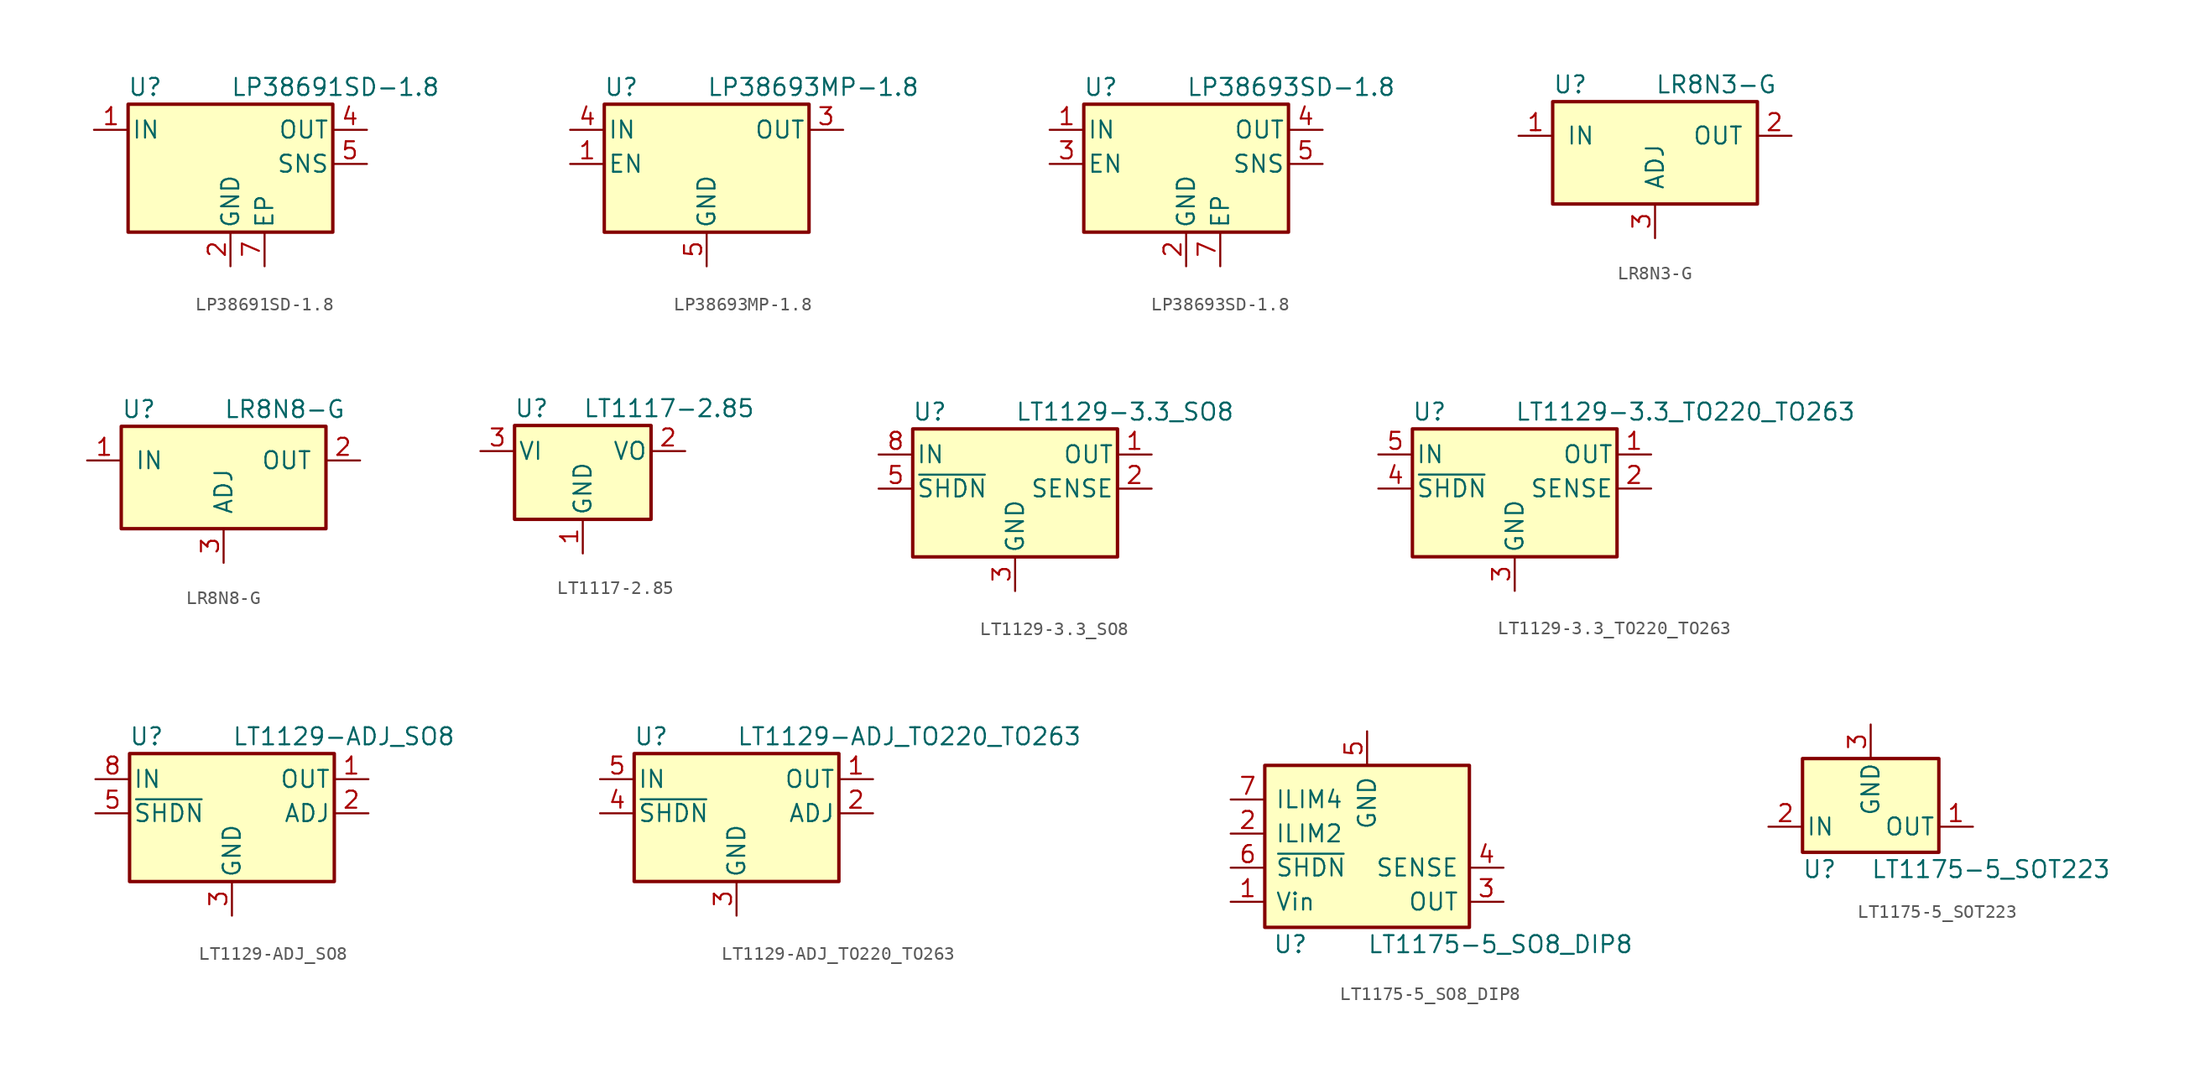
<source format=kicad_sym>
(kicad_symbol_lib
  (version 20211014)
  (generator kicad_symbol_editor)
  (symbol "LP38691SD-1.8"
    (pin_names
      (offset 0.254))
    (property "Reference" "U"
      (at -6.35 5.715 0)
      (effects (font (size 1.27 1.27))))
    (property "Value" "LP38691SD-1.8"
      (at 0 5.715 0)
      (effects (font (size 1.27 1.27)) (justify left)))
    (symbol "LP38691SD-1.8_0_1"
      (rectangle (start -7.62 -5.08) (end 7.62 4.445) (stroke (width 0.254) (type default) (color 0 0 0 0)) (fill (type background))))
    (symbol "LP38691SD-1.8_1_1"
      (pin power_in line (at -10.16 2.54 0) (length 2.54) (name "IN" (effects (font (size 1.27 1.27)))) (number "1" (effects (font (size 1.27 1.27)))))
      (pin power_in line (at 0 -7.62 90) (length 2.54) (name "GND" (effects (font (size 1.27 1.27)))) (number "2" (effects (font (size 1.27 1.27)))))
      (pin no_connect line (at -7.62 0 0) (length 2.54) hide (name "NC" (effects (font (size 1.27 1.27)))) (number "3" (effects (font (size 1.27 1.27)))))
      (pin power_out line (at 10.16 2.54 180) (length 2.54) (name "OUT" (effects (font (size 1.27 1.27)))) (number "4" (effects (font (size 1.27 1.27)))))
      (pin input line (at 10.16 0 180) (length 2.54) (name "SNS" (effects (font (size 1.27 1.27)))) (number "5" (effects (font (size 1.27 1.27)))))
      (pin passive line (at -10.16 2.54 0) (length 2.54) hide (name "IN" (effects (font (size 1.27 1.27)))) (number "6" (effects (font (size 1.27 1.27)))))
      (pin passive line (at 2.54 -7.62 90) (length 2.54) (name "EP" (effects (font (size 1.27 1.27)))) (number "7" (effects (font (size 1.27 1.27)))))))
  (symbol "LP38693MP-1.8"
    (pin_names
      (offset 0.254))
    (property "Reference" "U"
      (at -6.35 5.715 0)
      (effects (font (size 1.27 1.27))))
    (property "Value" "LP38693MP-1.8"
      (at 0 5.715 0)
      (effects (font (size 1.27 1.27)) (justify left)))
    (symbol "LP38693MP-1.8_0_1"
      (rectangle (start -7.62 -5.08) (end 7.62 4.445) (stroke (width 0.254) (type default) (color 0 0 0 0)) (fill (type background))))
    (symbol "LP38693MP-1.8_1_1"
      (pin input line (at -10.16 0 0) (length 2.54) (name "EN" (effects (font (size 1.27 1.27)))) (number "1" (effects (font (size 1.27 1.27)))))
      (pin no_connect line (at 7.62 0 180) (length 2.54) hide (name "NC" (effects (font (size 1.27 1.27)))) (number "2" (effects (font (size 1.27 1.27)))))
      (pin power_out line (at 10.16 2.54 180) (length 2.54) (name "OUT" (effects (font (size 1.27 1.27)))) (number "3" (effects (font (size 1.27 1.27)))))
      (pin power_in line (at -10.16 2.54 0) (length 2.54) (name "IN" (effects (font (size 1.27 1.27)))) (number "4" (effects (font (size 1.27 1.27)))))
      (pin power_in line (at 0 -7.62 90) (length 2.54) (name "GND" (effects (font (size 1.27 1.27)))) (number "5" (effects (font (size 1.27 1.27)))))))
  (symbol "LP38693SD-1.8"
    (pin_names
      (offset 0.254))
    (property "Reference" "U"
      (at -6.35 5.715 0)
      (effects (font (size 1.27 1.27))))
    (property "Value" "LP38693SD-1.8"
      (at 0 5.715 0)
      (effects (font (size 1.27 1.27)) (justify left)))
    (symbol "LP38693SD-1.8_0_1"
      (rectangle (start -7.62 -5.08) (end 7.62 4.445) (stroke (width 0.254) (type default) (color 0 0 0 0)) (fill (type background))))
    (symbol "LP38693SD-1.8_1_1"
      (pin power_in line (at -10.16 2.54 0) (length 2.54) (name "IN" (effects (font (size 1.27 1.27)))) (number "1" (effects (font (size 1.27 1.27)))))
      (pin power_in line (at 0 -7.62 90) (length 2.54) (name "GND" (effects (font (size 1.27 1.27)))) (number "2" (effects (font (size 1.27 1.27)))))
      (pin input line (at -10.16 0 0) (length 2.54) (name "EN" (effects (font (size 1.27 1.27)))) (number "3" (effects (font (size 1.27 1.27)))))
      (pin power_out line (at 10.16 2.54 180) (length 2.54) (name "OUT" (effects (font (size 1.27 1.27)))) (number "4" (effects (font (size 1.27 1.27)))))
      (pin input line (at 10.16 0 180) (length 2.54) (name "SNS" (effects (font (size 1.27 1.27)))) (number "5" (effects (font (size 1.27 1.27)))))
      (pin passive line (at -10.16 2.54 0) (length 2.54) hide (name "IN" (effects (font (size 1.27 1.27)))) (number "6" (effects (font (size 1.27 1.27)))))
      (pin passive line (at 2.54 -7.62 90) (length 2.54) (name "EP" (effects (font (size 1.27 1.27)))) (number "7" (effects (font (size 1.27 1.27)))))))
  (symbol "LR8N3-G"
    (pin_names
      (offset 1.016))
    (property "Reference" "U"
      (at -7.62 3.81 0)
      (effects (font (size 1.27 1.27)) (justify left)))
    (property "Value" "LR8N3-G"
      (at 0 3.81 0)
      (effects (font (size 1.27 1.27)) (justify left)))
    (symbol "LR8N3-G_0_1"
      (rectangle (start -7.62 2.54) (end 7.62 -5.08) (stroke (width 0.254) (type default) (color 0 0 0 0)) (fill (type background))))
    (symbol "LR8N3-G_1_1"
      (pin input line (at -10.16 0 0) (length 2.54) (name "IN" (effects (font (size 1.27 1.27)))) (number "1" (effects (font (size 1.27 1.27)))))
      (pin power_out line (at 10.16 0 180) (length 2.54) (name "OUT" (effects (font (size 1.27 1.27)))) (number "2" (effects (font (size 1.27 1.27)))))
      (pin input line (at 0 -7.62 90) (length 2.54) (name "ADJ" (effects (font (size 1.27 1.27)))) (number "3" (effects (font (size 1.27 1.27)))))))
  (symbol "LR8N8-G"
    (pin_names
      (offset 1.016))
    (property "Reference" "U"
      (at -7.62 3.81 0)
      (effects (font (size 1.27 1.27)) (justify left)))
    (property "Value" "LR8N8-G"
      (at 0 3.81 0)
      (effects (font (size 1.27 1.27)) (justify left)))
    (symbol "LR8N8-G_0_1"
      (rectangle (start -7.62 2.54) (end 7.62 -5.08) (stroke (width 0.254) (type default) (color 0 0 0 0)) (fill (type background))))
    (symbol "LR8N8-G_1_1"
      (pin input line (at -10.16 0 0) (length 2.54) (name "IN" (effects (font (size 1.27 1.27)))) (number "1" (effects (font (size 1.27 1.27)))))
      (pin power_out line (at 10.16 0 180) (length 2.54) (name "OUT" (effects (font (size 1.27 1.27)))) (number "2" (effects (font (size 1.27 1.27)))))
      (pin input line (at 0 -7.62 90) (length 2.54) (name "ADJ" (effects (font (size 1.27 1.27)))) (number "3" (effects (font (size 1.27 1.27)))))))
  (symbol "LT1117-2.85"
    (pin_names
      (offset 0.254))
    (property "Reference" "U"
      (at -3.81 3.175 0)
      (effects (font (size 1.27 1.27))))
    (property "Value" "LT1117-2.85"
      (at 0 3.175 0)
      (effects (font (size 1.27 1.27)) (justify left)))
    (symbol "LT1117-2.85_0_1"
      (rectangle (start -5.08 -5.08) (end 5.08 1.905) (stroke (width 0.254) (type default) (color 0 0 0 0)) (fill (type background))))
    (symbol "LT1117-2.85_1_1"
      (pin power_in line (at 0 -7.62 90) (length 2.54) (name "GND" (effects (font (size 1.27 1.27)))) (number "1" (effects (font (size 1.27 1.27)))))
      (pin power_out line (at 7.62 0 180) (length 2.54) (name "VO" (effects (font (size 1.27 1.27)))) (number "2" (effects (font (size 1.27 1.27)))))
      (pin power_in line (at -7.62 0 0) (length 2.54) (name "VI" (effects (font (size 1.27 1.27)))) (number "3" (effects (font (size 1.27 1.27)))))))
  (symbol "LT1129-3.3_SO8"
    (pin_names
      (offset 0.254))
    (property "Reference" "U"
      (at -6.35 5.715 0)
      (effects (font (size 1.27 1.27))))
    (property "Value" "LT1129-3.3_SO8"
      (at 0 5.715 0)
      (effects (font (size 1.27 1.27)) (justify left)))
    (symbol "LT1129-3.3_SO8_0_1"
      (rectangle (start -7.62 -5.08) (end 7.62 4.445) (stroke (width 0.254) (type default) (color 0 0 0 0)) (fill (type background))))
    (symbol "LT1129-3.3_SO8_1_1"
      (pin power_out line (at 10.16 2.54 180) (length 2.54) (name "OUT" (effects (font (size 1.27 1.27)))) (number "1" (effects (font (size 1.27 1.27)))))
      (pin input line (at 10.16 0 180) (length 2.54) (name "SENSE" (effects (font (size 1.27 1.27)))) (number "2" (effects (font (size 1.27 1.27)))))
      (pin power_in line (at 0 -7.62 90) (length 2.54) (name "GND" (effects (font (size 1.27 1.27)))) (number "3" (effects (font (size 1.27 1.27)))))
      (pin no_connect line (at 10.16 -2.54 180) (length 2.54) hide (name "NC" (effects (font (size 1.27 1.27)))) (number "4" (effects (font (size 1.27 1.27)))))
      (pin input line (at -10.16 0 0) (length 2.54) (name "~{SHDN}" (effects (font (size 1.27 1.27)))) (number "5" (effects (font (size 1.27 1.27)))))
      (pin passive line (at 0 -7.62 90) (length 2.54) hide (name "GND" (effects (font (size 1.27 1.27)))) (number "6" (effects (font (size 1.27 1.27)))))
      (pin passive line (at 0 -7.62 90) (length 2.54) hide (name "GND" (effects (font (size 1.27 1.27)))) (number "7" (effects (font (size 1.27 1.27)))))
      (pin power_in line (at -10.16 2.54 0) (length 2.54) (name "IN" (effects (font (size 1.27 1.27)))) (number "8" (effects (font (size 1.27 1.27)))))))
  (symbol "LT1129-3.3_TO220_TO263"
    (pin_names
      (offset 0.254))
    (property "Reference" "U"
      (at -6.35 5.715 0)
      (effects (font (size 1.27 1.27))))
    (property "Value" "LT1129-3.3_TO220_TO263"
      (at 0 5.715 0)
      (effects (font (size 1.27 1.27)) (justify left)))
    (symbol "LT1129-3.3_TO220_TO263_0_1"
      (rectangle (start -7.62 -5.08) (end 7.62 4.445) (stroke (width 0.254) (type default) (color 0 0 0 0)) (fill (type background))))
    (symbol "LT1129-3.3_TO220_TO263_1_1"
      (pin power_out line (at 10.16 2.54 180) (length 2.54) (name "OUT" (effects (font (size 1.27 1.27)))) (number "1" (effects (font (size 1.27 1.27)))))
      (pin input line (at 10.16 0 180) (length 2.54) (name "SENSE" (effects (font (size 1.27 1.27)))) (number "2" (effects (font (size 1.27 1.27)))))
      (pin power_in line (at 0 -7.62 90) (length 2.54) (name "GND" (effects (font (size 1.27 1.27)))) (number "3" (effects (font (size 1.27 1.27)))))
      (pin input line (at -10.16 0 0) (length 2.54) (name "~{SHDN}" (effects (font (size 1.27 1.27)))) (number "4" (effects (font (size 1.27 1.27)))))
      (pin power_in line (at -10.16 2.54 0) (length 2.54) (name "IN" (effects (font (size 1.27 1.27)))) (number "5" (effects (font (size 1.27 1.27)))))))
  (symbol "LT1129-ADJ_SO8"
    (pin_names
      (offset 0.254))
    (property "Reference" "U"
      (at -6.35 5.715 0)
      (effects (font (size 1.27 1.27))))
    (property "Value" "LT1129-ADJ_SO8"
      (at 0 5.715 0)
      (effects (font (size 1.27 1.27)) (justify left)))
    (symbol "LT1129-ADJ_SO8_0_1"
      (rectangle (start -7.62 -5.08) (end 7.62 4.445) (stroke (width 0.254) (type default) (color 0 0 0 0)) (fill (type background))))
    (symbol "LT1129-ADJ_SO8_1_1"
      (pin power_out line (at 10.16 2.54 180) (length 2.54) (name "OUT" (effects (font (size 1.27 1.27)))) (number "1" (effects (font (size 1.27 1.27)))))
      (pin input line (at 10.16 0 180) (length 2.54) (name "ADJ" (effects (font (size 1.27 1.27)))) (number "2" (effects (font (size 1.27 1.27)))))
      (pin power_in line (at 0 -7.62 90) (length 2.54) (name "GND" (effects (font (size 1.27 1.27)))) (number "3" (effects (font (size 1.27 1.27)))))
      (pin no_connect line (at 10.16 -2.54 180) (length 2.54) hide (name "NC" (effects (font (size 1.27 1.27)))) (number "4" (effects (font (size 1.27 1.27)))))
      (pin input line (at -10.16 0 0) (length 2.54) (name "~{SHDN}" (effects (font (size 1.27 1.27)))) (number "5" (effects (font (size 1.27 1.27)))))
      (pin passive line (at 0 -7.62 90) (length 2.54) hide (name "GND" (effects (font (size 1.27 1.27)))) (number "6" (effects (font (size 1.27 1.27)))))
      (pin passive line (at 0 -7.62 90) (length 2.54) hide (name "GND" (effects (font (size 1.27 1.27)))) (number "7" (effects (font (size 1.27 1.27)))))
      (pin power_in line (at -10.16 2.54 0) (length 2.54) (name "IN" (effects (font (size 1.27 1.27)))) (number "8" (effects (font (size 1.27 1.27)))))))
  (symbol "LT1129-ADJ_TO220_TO263"
    (pin_names
      (offset 0.254))
    (property "Reference" "U"
      (at -6.35 5.715 0)
      (effects (font (size 1.27 1.27))))
    (property "Value" "LT1129-ADJ_TO220_TO263"
      (at 0 5.715 0)
      (effects (font (size 1.27 1.27)) (justify left)))
    (symbol "LT1129-ADJ_TO220_TO263_0_1"
      (rectangle (start -7.62 -5.08) (end 7.62 4.445) (stroke (width 0.254) (type default) (color 0 0 0 0)) (fill (type background))))
    (symbol "LT1129-ADJ_TO220_TO263_1_1"
      (pin power_out line (at 10.16 2.54 180) (length 2.54) (name "OUT" (effects (font (size 1.27 1.27)))) (number "1" (effects (font (size 1.27 1.27)))))
      (pin input line (at 10.16 0 180) (length 2.54) (name "ADJ" (effects (font (size 1.27 1.27)))) (number "2" (effects (font (size 1.27 1.27)))))
      (pin power_in line (at 0 -7.62 90) (length 2.54) (name "GND" (effects (font (size 1.27 1.27)))) (number "3" (effects (font (size 1.27 1.27)))))
      (pin input line (at -10.16 0 0) (length 2.54) (name "~{SHDN}" (effects (font (size 1.27 1.27)))) (number "4" (effects (font (size 1.27 1.27)))))
      (pin power_in line (at -10.16 2.54 0) (length 2.54) (name "IN" (effects (font (size 1.27 1.27)))) (number "5" (effects (font (size 1.27 1.27)))))))
  (symbol "LT1175-5_SO8_DIP8"
    (pin_names
      (offset 0.762))
    (property "Reference" "U"
      (at -5.715 -8.255 0)
      (effects (font (size 1.27 1.27))))
    (property "Value" "LT1175-5_SO8_DIP8"
      (at 0 -8.255 0)
      (effects (font (size 1.27 1.27)) (justify left)))
    (symbol "LT1175-5_SO8_DIP8_0_1"
      (rectangle (start -7.62 -6.985) (end 7.62 5.08) (stroke (width 0.254) (type default) (color 0 0 0 0)) (fill (type background))))
    (symbol "LT1175-5_SO8_DIP8_1_1"
      (pin power_in line (at -10.16 -5.08 0) (length 2.54) (name "Vin" (effects (font (size 1.27 1.27)))) (number "1" (effects (font (size 1.27 1.27)))))
      (pin input line (at -10.16 0 0) (length 2.54) (name "ILIM2" (effects (font (size 1.27 1.27)))) (number "2" (effects (font (size 1.27 1.27)))))
      (pin power_out line (at 10.16 -5.08 180) (length 2.54) (name "OUT" (effects (font (size 1.27 1.27)))) (number "3" (effects (font (size 1.27 1.27)))))
      (pin input line (at 10.16 -2.54 180) (length 2.54) (name "SENSE" (effects (font (size 1.27 1.27)))) (number "4" (effects (font (size 1.27 1.27)))))
      (pin power_in line (at 0 7.62 270) (length 2.54) (name "GND" (effects (font (size 1.27 1.27)))) (number "5" (effects (font (size 1.27 1.27)))))
      (pin input line (at -10.16 -2.54 0) (length 2.54) (name "~{SHDN}" (effects (font (size 1.27 1.27)))) (number "6" (effects (font (size 1.27 1.27)))))
      (pin input line (at -10.16 2.54 0) (length 2.54) (name "ILIM4" (effects (font (size 1.27 1.27)))) (number "7" (effects (font (size 1.27 1.27)))))
      (pin passive line (at -10.16 -5.08 0) (length 2.54) hide (name "Vin" (effects (font (size 1.27 1.27)))) (number "8" (effects (font (size 1.27 1.27)))))))
  (symbol "LT1175-5_SOT223"
    (pin_names
      (offset 0.254))
    (property "Reference" "U"
      (at -3.81 -3.175 0)
      (effects (font (size 1.27 1.27))))
    (property "Value" "LT1175-5_SOT223"
      (at 0 -3.175 0)
      (effects (font (size 1.27 1.27)) (justify left)))
    (symbol "LT1175-5_SOT223_0_1"
      (rectangle (start -5.08 -1.905) (end 5.08 5.08) (stroke (width 0.254) (type default) (color 0 0 0 0)) (fill (type background))))
    (symbol "LT1175-5_SOT223_1_1"
      (pin power_out line (at 7.62 0 180) (length 2.54) (name "OUT" (effects (font (size 1.27 1.27)))) (number "1" (effects (font (size 1.27 1.27)))))
      (pin power_in line (at -7.62 0 0) (length 2.54) (name "IN" (effects (font (size 1.27 1.27)))) (number "2" (effects (font (size 1.27 1.27)))))
      (pin power_in line (at 0 7.62 270) (length 2.54) (name "GND" (effects (font (size 1.27 1.27)))) (number "3" (effects (font (size 1.27 1.27))))))))
</source>
